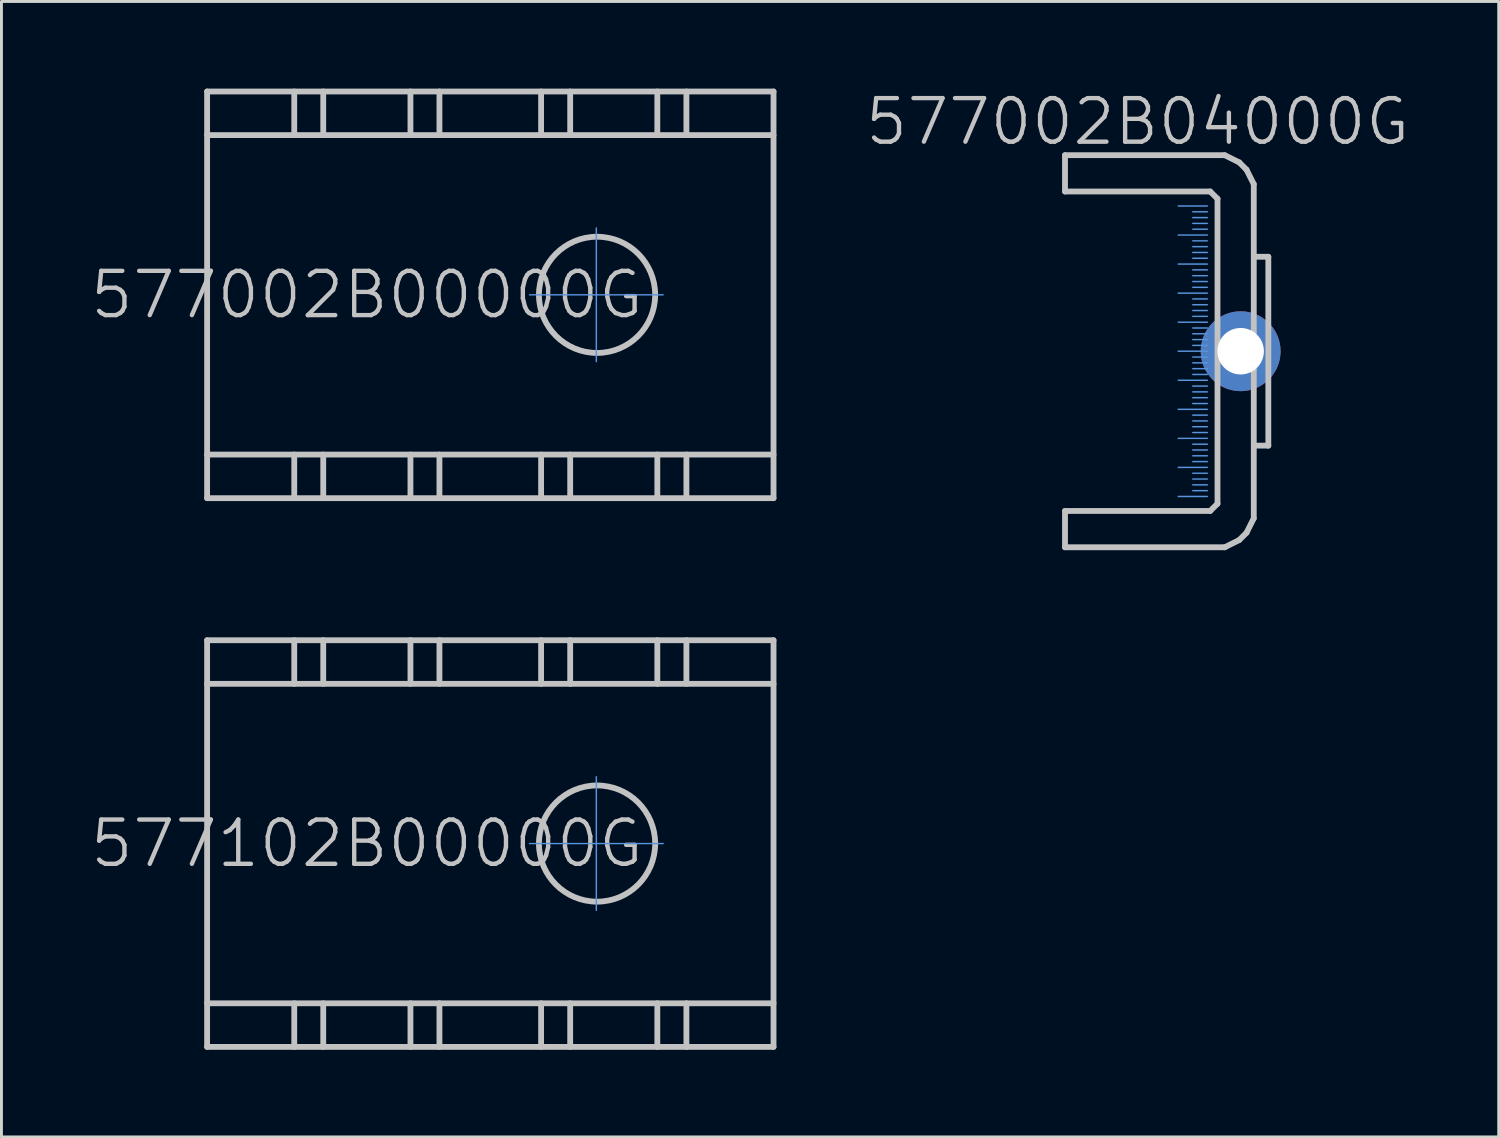
<source format=kicad_pcb>
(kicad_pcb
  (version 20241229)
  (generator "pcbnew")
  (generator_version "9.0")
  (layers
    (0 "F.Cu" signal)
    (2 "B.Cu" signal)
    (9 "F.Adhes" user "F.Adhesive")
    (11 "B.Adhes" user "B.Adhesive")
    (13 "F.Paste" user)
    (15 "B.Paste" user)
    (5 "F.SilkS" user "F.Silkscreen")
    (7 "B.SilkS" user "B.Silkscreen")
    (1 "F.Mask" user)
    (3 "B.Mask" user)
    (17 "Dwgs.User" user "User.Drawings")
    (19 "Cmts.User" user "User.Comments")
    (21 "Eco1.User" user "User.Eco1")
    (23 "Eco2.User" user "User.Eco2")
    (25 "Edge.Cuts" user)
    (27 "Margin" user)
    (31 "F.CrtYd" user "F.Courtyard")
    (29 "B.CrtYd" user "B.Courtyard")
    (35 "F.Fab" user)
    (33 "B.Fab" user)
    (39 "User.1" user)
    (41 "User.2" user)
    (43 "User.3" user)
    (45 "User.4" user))
  (footprint "577102B00000G"
    (layer "F.Cu")
    (at 9.579 25.99)
    (property "Reference" "577102B00000G" (at 0 0 180) (layer "Dwgs.User") (effects (font (size 1.524 1.524) (thickness 0.15))))
    (attr through_hole)
    (fp_line (start -5.499 -7) (end -5.499 7) (stroke (width 0.2) (type solid)) (layer "Dwgs.User"))
    (fp_line (start -5.499 -5.499) (end 14 -5.499) (stroke (width 0.2) (type solid)) (layer "Dwgs.User"))
    (fp_line (start -5.499 7) (end 14 7) (stroke (width 0.2) (type solid)) (layer "Dwgs.User"))
    (fp_line (start -2.499 -7) (end -2.499 -5.499) (stroke (width 0.2) (type solid)) (layer "Dwgs.User"))
    (fp_line (start -2.499 5.499) (end -2.499 7) (stroke (width 0.2) (type solid)) (layer "Dwgs.User"))
    (fp_line (start -1.501 -7) (end -1.501 -5.499) (stroke (width 0.2) (type solid)) (layer "Dwgs.User"))
    (fp_line (start -1.501 5.499) (end -1.501 7) (stroke (width 0.2) (type solid)) (layer "Dwgs.User"))
    (fp_line (start 1.501 -7) (end 1.501 -5.499) (stroke (width 0.2) (type solid)) (layer "Dwgs.User"))
    (fp_line (start 1.501 5.499) (end 1.501 7) (stroke (width 0.2) (type solid)) (layer "Dwgs.User"))
    (fp_line (start 2.499 -7) (end 2.499 -5.499) (stroke (width 0.2) (type solid)) (layer "Dwgs.User"))
    (fp_line (start 2.499 5.499) (end 2.499 7) (stroke (width 0.2) (type solid)) (layer "Dwgs.User"))
    (fp_line (start 5.999 -7) (end 5.999 -5.499) (stroke (width 0.2) (type solid)) (layer "Dwgs.User"))
    (fp_line (start 5.999 5.499) (end 5.999 7) (stroke (width 0.2) (type solid)) (layer "Dwgs.User"))
    (fp_line (start 7 -7) (end 7 -5.499) (stroke (width 0.2) (type solid)) (layer "Dwgs.User"))
    (fp_line (start 7 5.499) (end 7 7) (stroke (width 0.2) (type solid)) (layer "Dwgs.User"))
    (fp_line (start 10 -7) (end 10 -5.499) (stroke (width 0.2) (type solid)) (layer "Dwgs.User"))
    (fp_line (start 10 5.499) (end 10 7) (stroke (width 0.2) (type solid)) (layer "Dwgs.User"))
    (fp_line (start 11.001 -7) (end 11.001 -5.499) (stroke (width 0.2) (type solid)) (layer "Dwgs.User"))
    (fp_line (start 11.001 5.499) (end 11.001 7) (stroke (width 0.2) (type solid)) (layer "Dwgs.User"))
    (fp_line (start 14 -7) (end -5.499 -7) (stroke (width 0.2) (type solid)) (layer "Dwgs.User"))
    (fp_line (start 14 5.499) (end -5.499 5.499) (stroke (width 0.2) (type solid)) (layer "Dwgs.User"))
    (fp_line (start 14 7) (end 14 -7) (stroke (width 0.2) (type solid)) (layer "Dwgs.User"))
    (fp_circle (center 7.925 0) (end 8.001 -1.999) (stroke (width 0.2) (type solid)) (fill no) (layer "Dwgs.User"))
    (fp_line (start 5.6 0) (end 10.2 0) (stroke (width 0.05) (type solid)) (layer "Cmts.User"))
    (fp_line (start 7.9 -2.3) (end 7.9 2.3) (stroke (width 0.05) (type solid)) (layer "Cmts.User")))
  (footprint "577002B04000G"
    (layer "F.Cu")
    (at 36.112 9.041)
    (property "Reference" "577002B04000G" (at 0 -7.9 180) (layer "Dwgs.User") (effects (font (size 1.5 1.5) (thickness 0.15))))
    (attr through_hole)
    (fp_line (start -2.499 -6.749) (end 3 -6.749) (stroke (width 0.2) (type solid)) (layer "Dwgs.User"))
    (fp_line (start -2.499 -5.499) (end -2.499 -6.749) (stroke (width 0.2) (type solid)) (layer "Dwgs.User"))
    (fp_line (start -2.499 5.499) (end 2.499 5.499) (stroke (width 0.2) (type solid)) (layer "Dwgs.User"))
    (fp_line (start -2.499 6.749) (end -2.499 5.499) (stroke (width 0.2) (type solid)) (layer "Dwgs.User"))
    (fp_line (start 2.499 -5.499) (end -2.499 -5.499) (stroke (width 0.2) (type solid)) (layer "Dwgs.User"))
    (fp_line (start 2.499 -5.499) (end 2.751 -5.25) (stroke (width 0.2) (type solid)) (layer "Dwgs.User"))
    (fp_line (start 2.751 -5.25) (end 2.751 5.25) (stroke (width 0.2) (type solid)) (layer "Dwgs.User"))
    (fp_line (start 2.751 5.25) (end 2.499 5.499) (stroke (width 0.2) (type solid)) (layer "Dwgs.User"))
    (fp_line (start 3 -6.749) (end 3.5 -6.5) (stroke (width 0.2) (type solid)) (layer "Dwgs.User"))
    (fp_line (start 3 6.749) (end -2.499 6.749) (stroke (width 0.2) (type solid)) (layer "Dwgs.User"))
    (fp_line (start 3.5 -6.5) (end 3.749 -6.251) (stroke (width 0.2) (type solid)) (layer "Dwgs.User"))
    (fp_line (start 3.5 6.5) (end 3 6.749) (stroke (width 0.2) (type solid)) (layer "Dwgs.User"))
    (fp_line (start 3.749 -6.251) (end 4 -5.751) (stroke (width 0.2) (type solid)) (layer "Dwgs.User"))
    (fp_line (start 3.749 6.251) (end 3.5 6.5) (stroke (width 0.2) (type solid)) (layer "Dwgs.User"))
    (fp_line (start 4 -3.251) (end 4.501 -3.251) (stroke (width 0.2) (type solid)) (layer "Dwgs.User"))
    (fp_line (start 4 5.751) (end 3.749 6.251) (stroke (width 0.2) (type solid)) (layer "Dwgs.User"))
    (fp_line (start 4 5.751) (end 4 -5.751) (stroke (width 0.2) (type solid)) (layer "Dwgs.User"))
    (fp_line (start 4.501 -3.251) (end 4.501 3.251) (stroke (width 0.2) (type solid)) (layer "Dwgs.User"))
    (fp_line (start 4.501 3.251) (end 4 3.251) (stroke (width 0.2) (type solid)) (layer "Dwgs.User"))
    (fp_line (start 2.4 -5) (end 1.4 -5) (stroke (width 0.05) (type solid)) (layer "Cmts.User"))
    (fp_line (start 2.4 -4.8) (end 1.9 -4.8) (stroke (width 0.05) (type solid)) (layer "Cmts.User"))
    (fp_line (start 2.4 -4.6) (end 1.9 -4.6) (stroke (width 0.05) (type solid)) (layer "Cmts.User"))
    (fp_line (start 2.4 -4.4) (end 1.9 -4.4) (stroke (width 0.05) (type solid)) (layer "Cmts.User"))
    (fp_line (start 2.4 -4.2) (end 1.9 -4.2) (stroke (width 0.05) (type solid)) (layer "Cmts.User"))
    (fp_line (start 2.4 -4) (end 1.4 -4) (stroke (width 0.05) (type solid)) (layer "Cmts.User"))
    (fp_line (start 2.4 -3.8) (end 1.9 -3.8) (stroke (width 0.05) (type solid)) (layer "Cmts.User"))
    (fp_line (start 2.4 -3.6) (end 1.9 -3.6) (stroke (width 0.05) (type solid)) (layer "Cmts.User"))
    (fp_line (start 2.4 -3.4) (end 1.9 -3.4) (stroke (width 0.05) (type solid)) (layer "Cmts.User"))
    (fp_line (start 2.4 -3.2) (end 1.9 -3.2) (stroke (width 0.05) (type solid)) (layer "Cmts.User"))
    (fp_line (start 2.4 -3) (end 1.4 -3) (stroke (width 0.05) (type solid)) (layer "Cmts.User"))
    (fp_line (start 2.4 -2.8) (end 1.9 -2.8) (stroke (width 0.05) (type solid)) (layer "Cmts.User"))
    (fp_line (start 2.4 -2.6) (end 1.9 -2.6) (stroke (width 0.05) (type solid)) (layer "Cmts.User"))
    (fp_line (start 2.4 -2.4) (end 1.9 -2.4) (stroke (width 0.05) (type solid)) (layer "Cmts.User"))
    (fp_line (start 2.4 -2.2) (end 1.9 -2.2) (stroke (width 0.05) (type solid)) (layer "Cmts.User"))
    (fp_line (start 2.4 -2) (end 1.4 -2) (stroke (width 0.05) (type solid)) (layer "Cmts.User"))
    (fp_line (start 2.4 -1.8) (end 1.9 -1.8) (stroke (width 0.05) (type solid)) (layer "Cmts.User"))
    (fp_line (start 2.4 -1.6) (end 1.9 -1.6) (stroke (width 0.05) (type solid)) (layer "Cmts.User"))
    (fp_line (start 2.4 -1.4) (end 1.9 -1.4) (stroke (width 0.05) (type solid)) (layer "Cmts.User"))
    (fp_line (start 2.4 -1.2) (end 1.9 -1.2) (stroke (width 0.05) (type solid)) (layer "Cmts.User"))
    (fp_line (start 2.4 -1) (end 1.4 -1) (stroke (width 0.05) (type solid)) (layer "Cmts.User"))
    (fp_line (start 2.4 -0.8) (end 1.9 -0.8) (stroke (width 0.05) (type solid)) (layer "Cmts.User"))
    (fp_line (start 2.4 -0.6) (end 1.9 -0.6) (stroke (width 0.05) (type solid)) (layer "Cmts.User"))
    (fp_line (start 2.4 -0.4) (end 1.9 -0.4) (stroke (width 0.05) (type solid)) (layer "Cmts.User"))
    (fp_line (start 2.4 -0.2) (end 1.9 -0.2) (stroke (width 0.05) (type solid)) (layer "Cmts.User"))
    (fp_line (start 2.4 0) (end 1.4 0) (stroke (width 0.05) (type solid)) (layer "Cmts.User"))
    (fp_line (start 2.4 0.2) (end 1.9 0.2) (stroke (width 0.05) (type solid)) (layer "Cmts.User"))
    (fp_line (start 2.4 0.4) (end 1.9 0.4) (stroke (width 0.05) (type solid)) (layer "Cmts.User"))
    (fp_line (start 2.4 0.6) (end 1.9 0.6) (stroke (width 0.05) (type solid)) (layer "Cmts.User"))
    (fp_line (start 2.4 0.8) (end 1.9 0.8) (stroke (width 0.05) (type solid)) (layer "Cmts.User"))
    (fp_line (start 2.4 1) (end 1.4 1) (stroke (width 0.05) (type solid)) (layer "Cmts.User"))
    (fp_line (start 2.4 1.2) (end 1.9 1.2) (stroke (width 0.05) (type solid)) (layer "Cmts.User"))
    (fp_line (start 2.4 1.4) (end 1.9 1.4) (stroke (width 0.05) (type solid)) (layer "Cmts.User"))
    (fp_line (start 2.4 1.6) (end 1.9 1.6) (stroke (width 0.05) (type solid)) (layer "Cmts.User"))
    (fp_line (start 2.4 1.8) (end 1.9 1.8) (stroke (width 0.05) (type solid)) (layer "Cmts.User"))
    (fp_line (start 2.4 2) (end 1.4 2) (stroke (width 0.05) (type solid)) (layer "Cmts.User"))
    (fp_line (start 2.4 2.2) (end 1.9 2.2) (stroke (width 0.05) (type solid)) (layer "Cmts.User"))
    (fp_line (start 2.4 2.4) (end 1.9 2.4) (stroke (width 0.05) (type solid)) (layer "Cmts.User"))
    (fp_line (start 2.4 2.6) (end 1.9 2.6) (stroke (width 0.05) (type solid)) (layer "Cmts.User"))
    (fp_line (start 2.4 2.8) (end 1.9 2.8) (stroke (width 0.05) (type solid)) (layer "Cmts.User"))
    (fp_line (start 2.4 3) (end 1.4 3) (stroke (width 0.05) (type solid)) (layer "Cmts.User"))
    (fp_line (start 2.4 3.2) (end 1.9 3.2) (stroke (width 0.05) (type solid)) (layer "Cmts.User"))
    (fp_line (start 2.4 3.4) (end 1.9 3.4) (stroke (width 0.05) (type solid)) (layer "Cmts.User"))
    (fp_line (start 2.4 3.6) (end 1.9 3.6) (stroke (width 0.05) (type solid)) (layer "Cmts.User"))
    (fp_line (start 2.4 3.8) (end 1.9 3.8) (stroke (width 0.05) (type solid)) (layer "Cmts.User"))
    (fp_line (start 2.4 4) (end 1.4 4) (stroke (width 0.05) (type solid)) (layer "Cmts.User"))
    (fp_line (start 2.4 4.2) (end 1.9 4.2) (stroke (width 0.05) (type solid)) (layer "Cmts.User"))
    (fp_line (start 2.4 4.4) (end 1.9 4.4) (stroke (width 0.05) (type solid)) (layer "Cmts.User"))
    (fp_line (start 2.4 4.6) (end 1.9 4.6) (stroke (width 0.05) (type solid)) (layer "Cmts.User"))
    (fp_line (start 2.4 4.8) (end 1.9 4.8) (stroke (width 0.05) (type solid)) (layer "Cmts.User"))
    (fp_line (start 2.4 5) (end 1.4 5) (stroke (width 0.05) (type solid)) (layer "Cmts.User"))
    (pad "" thru_hole circle (at 3.548 0 270) (size 2.75 2.75) (drill 1.6) (layers "*.Cu" "*.Mask")))
  (footprint "577002B00000G"
    (layer "F.Cu")
    (at 9.579 7.1)
    (property "Reference" "577002B00000G" (at 0 0 0) (layer "Dwgs.User") (effects (font (size 1.524 1.524) (thickness 0.15))))
    (attr through_hole)
    (fp_line (start -5.499 -7) (end -5.499 7) (stroke (width 0.2) (type solid)) (layer "Dwgs.User"))
    (fp_line (start -5.499 -5.499) (end 14 -5.499) (stroke (width 0.2) (type solid)) (layer "Dwgs.User"))
    (fp_line (start -5.499 7) (end 14 7) (stroke (width 0.2) (type solid)) (layer "Dwgs.User"))
    (fp_line (start -2.499 -7) (end -2.499 -5.499) (stroke (width 0.2) (type solid)) (layer "Dwgs.User"))
    (fp_line (start -2.499 5.499) (end -2.499 7) (stroke (width 0.2) (type solid)) (layer "Dwgs.User"))
    (fp_line (start -1.501 -7) (end -1.501 -5.499) (stroke (width 0.2) (type solid)) (layer "Dwgs.User"))
    (fp_line (start -1.501 5.499) (end -1.501 7) (stroke (width 0.2) (type solid)) (layer "Dwgs.User"))
    (fp_line (start 1.501 -7) (end 1.501 -5.499) (stroke (width 0.2) (type solid)) (layer "Dwgs.User"))
    (fp_line (start 1.501 5.499) (end 1.501 7) (stroke (width 0.2) (type solid)) (layer "Dwgs.User"))
    (fp_line (start 2.499 -7) (end 2.499 -5.499) (stroke (width 0.2) (type solid)) (layer "Dwgs.User"))
    (fp_line (start 2.499 5.499) (end 2.499 7) (stroke (width 0.2) (type solid)) (layer "Dwgs.User"))
    (fp_line (start 5.999 -7) (end 5.999 -5.499) (stroke (width 0.2) (type solid)) (layer "Dwgs.User"))
    (fp_line (start 5.999 5.499) (end 5.999 7) (stroke (width 0.2) (type solid)) (layer "Dwgs.User"))
    (fp_line (start 7 -7) (end 7 -5.499) (stroke (width 0.2) (type solid)) (layer "Dwgs.User"))
    (fp_line (start 7 5.499) (end 7 7) (stroke (width 0.2) (type solid)) (layer "Dwgs.User"))
    (fp_line (start 10 -7) (end 10 -5.499) (stroke (width 0.2) (type solid)) (layer "Dwgs.User"))
    (fp_line (start 10 5.499) (end 10 7) (stroke (width 0.2) (type solid)) (layer "Dwgs.User"))
    (fp_line (start 11.001 -7) (end 11.001 -5.499) (stroke (width 0.2) (type solid)) (layer "Dwgs.User"))
    (fp_line (start 11.001 5.499) (end 11.001 7) (stroke (width 0.2) (type solid)) (layer "Dwgs.User"))
    (fp_line (start 14 -7) (end -5.499 -7) (stroke (width 0.2) (type solid)) (layer "Dwgs.User"))
    (fp_line (start 14 5.499) (end -5.499 5.499) (stroke (width 0.2) (type solid)) (layer "Dwgs.User"))
    (fp_line (start 14 7) (end 14 -7) (stroke (width 0.2) (type solid)) (layer "Dwgs.User"))
    (fp_circle (center 7.925 0) (end 8.001 -1.999) (stroke (width 0.2) (type solid)) (fill no) (layer "Dwgs.User"))
    (fp_line (start 5.6 0) (end 10.2 0) (stroke (width 0.05) (type solid)) (layer "Cmts.User"))
    (fp_line (start 7.9 -2.3) (end 7.9 2.3) (stroke (width 0.05) (type solid)) (layer "Cmts.User")))
  (gr_rect
    (start -3 -3)
    (end 48.544 36.09)
    (stroke (width 0.1) (type default))
    (fill no)
    (layer "Edge.Cuts")))
</source>
